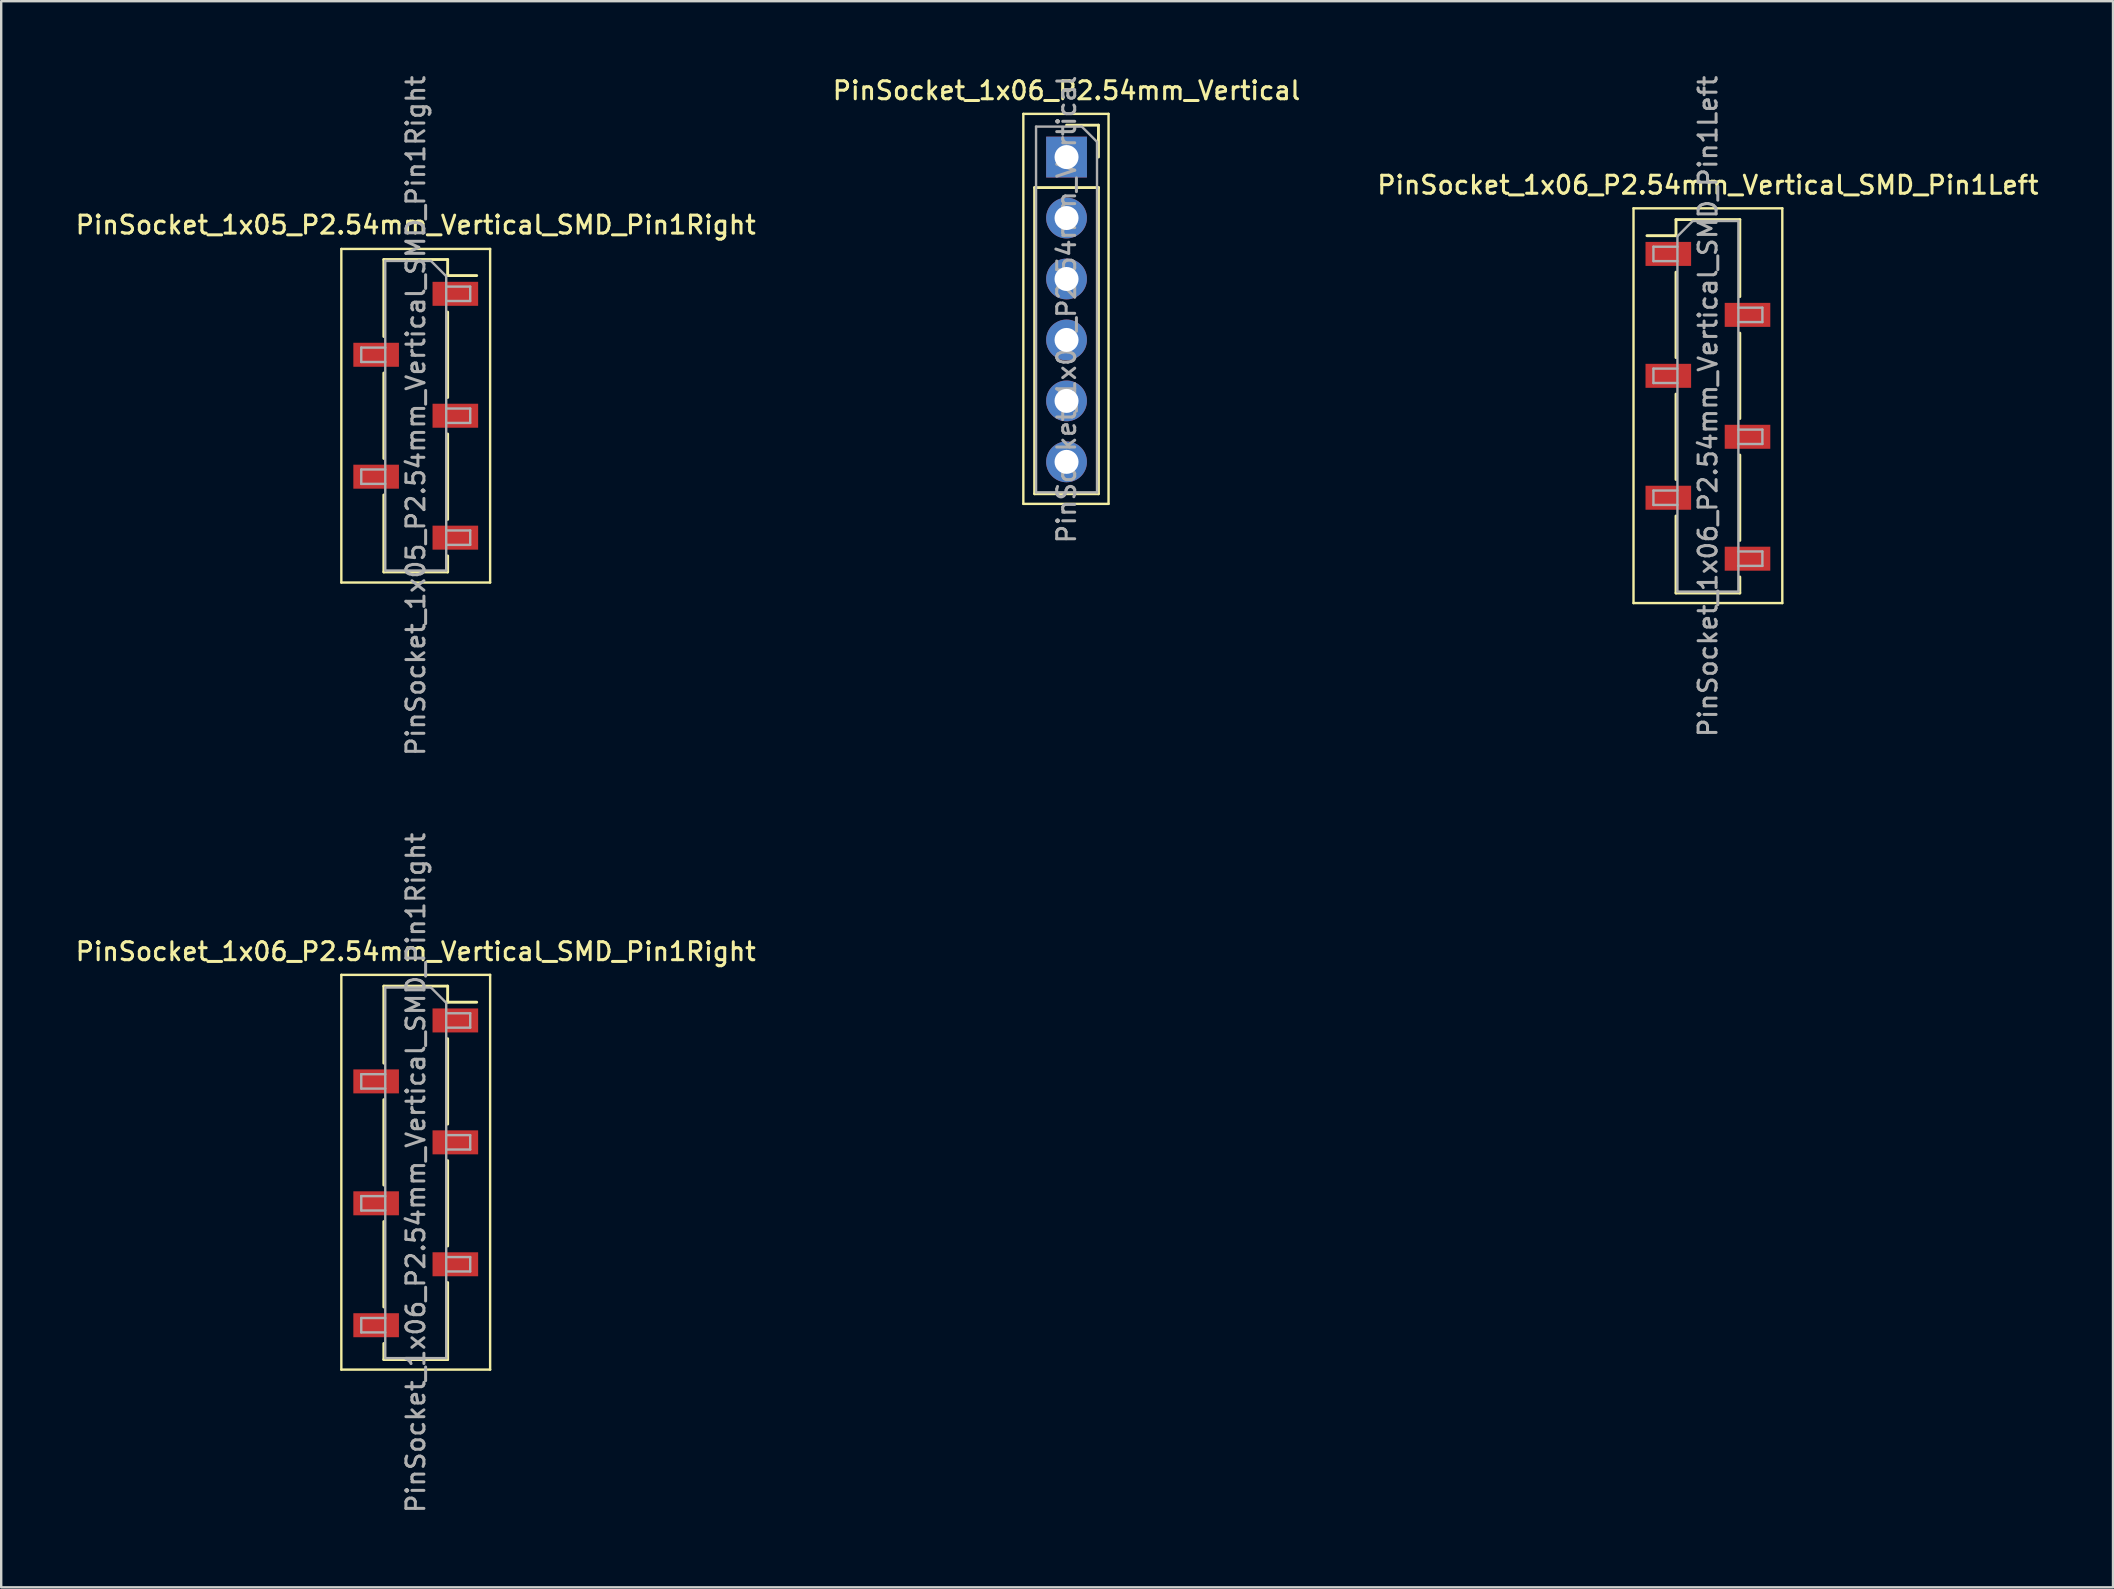
<source format=kicad_pcb>
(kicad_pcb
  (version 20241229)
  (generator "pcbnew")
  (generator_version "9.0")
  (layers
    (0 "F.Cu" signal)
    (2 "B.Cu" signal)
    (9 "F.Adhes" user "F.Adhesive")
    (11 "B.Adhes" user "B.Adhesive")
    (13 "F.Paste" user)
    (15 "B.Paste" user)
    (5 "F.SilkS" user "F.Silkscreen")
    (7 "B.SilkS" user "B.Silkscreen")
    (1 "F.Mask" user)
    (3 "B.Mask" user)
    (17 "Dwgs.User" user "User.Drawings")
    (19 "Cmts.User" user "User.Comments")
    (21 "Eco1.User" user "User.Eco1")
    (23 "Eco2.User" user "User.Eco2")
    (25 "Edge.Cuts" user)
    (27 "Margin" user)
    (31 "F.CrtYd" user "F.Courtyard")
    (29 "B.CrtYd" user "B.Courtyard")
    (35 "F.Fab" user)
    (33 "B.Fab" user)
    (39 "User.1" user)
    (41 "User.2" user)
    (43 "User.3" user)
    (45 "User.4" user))
  (footprint "PinSocket_1x05_P2.54mm_Vertical_SMD_Pin1Right"
    (layer "F.Cu")
    (at 14.273 14.273)
    (property "Reference" "PinSocket_1x05_P2.54mm_Vertical_SMD_Pin1Right" (at 0 -7.95 0) (layer "F.SilkS") (effects (font (size 0.75 0.75) (thickness 0.125))))
    (attr smd)
    (fp_line (start -3.1 -6.95) (end 3.1 -6.95) (stroke (width 0.1) (type solid)) (layer "F.SilkS"))
    (fp_line (start -3.1 6.95) (end -3.1 -6.95) (stroke (width 0.1) (type solid)) (layer "F.SilkS"))
    (fp_line (start -1.33 -6.51) (end -1.33 -3.3) (stroke (width 0.12) (type solid)) (layer "F.SilkS"))
    (fp_line (start -1.33 -6.51) (end 1.33 -6.51) (stroke (width 0.12) (type solid)) (layer "F.SilkS"))
    (fp_line (start -1.33 -1.78) (end -1.33 1.78) (stroke (width 0.12) (type solid)) (layer "F.SilkS"))
    (fp_line (start -1.33 3.3) (end -1.33 6.51) (stroke (width 0.12) (type solid)) (layer "F.SilkS"))
    (fp_line (start -1.33 6.51) (end 1.33 6.51) (stroke (width 0.12) (type solid)) (layer "F.SilkS"))
    (fp_line (start 1.33 -6.51) (end 1.33 -5.84) (stroke (width 0.12) (type solid)) (layer "F.SilkS"))
    (fp_line (start 1.33 -5.84) (end 2.54 -5.84) (stroke (width 0.12) (type solid)) (layer "F.SilkS"))
    (fp_line (start 1.33 -4.32) (end 1.33 -0.76) (stroke (width 0.12) (type solid)) (layer "F.SilkS"))
    (fp_line (start 1.33 0.76) (end 1.33 4.32) (stroke (width 0.12) (type solid)) (layer "F.SilkS"))
    (fp_line (start 1.33 5.84) (end 1.33 6.51) (stroke (width 0.12) (type solid)) (layer "F.SilkS"))
    (fp_line (start 3.1 -6.95) (end 3.1 6.95) (stroke (width 0.1) (type solid)) (layer "F.SilkS"))
    (fp_line (start 3.1 6.95) (end -3.1 6.95) (stroke (width 0.1) (type solid)) (layer "F.SilkS"))
    (fp_line (start -2.27 -2.84) (end -1.27 -2.84) (stroke (width 0.1) (type solid)) (layer "F.Fab"))
    (fp_line (start -2.27 -2.24) (end -2.27 -2.84) (stroke (width 0.1) (type solid)) (layer "F.Fab"))
    (fp_line (start -2.27 2.24) (end -1.27 2.24) (stroke (width 0.1) (type solid)) (layer "F.Fab"))
    (fp_line (start -2.27 2.84) (end -2.27 2.24) (stroke (width 0.1) (type solid)) (layer "F.Fab"))
    (fp_line (start -1.27 -6.45) (end 0.635 -6.45) (stroke (width 0.1) (type solid)) (layer "F.Fab"))
    (fp_line (start -1.27 -2.24) (end -2.27 -2.24) (stroke (width 0.1) (type solid)) (layer "F.Fab"))
    (fp_line (start -1.27 2.84) (end -2.27 2.84) (stroke (width 0.1) (type solid)) (layer "F.Fab"))
    (fp_line (start -1.27 6.45) (end -1.27 -6.45) (stroke (width 0.1) (type solid)) (layer "F.Fab"))
    (fp_line (start 0.635 -6.45) (end 1.27 -5.815) (stroke (width 0.1) (type solid)) (layer "F.Fab"))
    (fp_line (start 1.27 -5.815) (end 1.27 6.45) (stroke (width 0.1) (type solid)) (layer "F.Fab"))
    (fp_line (start 1.27 -5.38) (end 2.27 -5.38) (stroke (width 0.1) (type solid)) (layer "F.Fab"))
    (fp_line (start 1.27 -0.3) (end 2.27 -0.3) (stroke (width 0.1) (type solid)) (layer "F.Fab"))
    (fp_line (start 1.27 4.78) (end 2.27 4.78) (stroke (width 0.1) (type solid)) (layer "F.Fab"))
    (fp_line (start 1.27 6.45) (end -1.27 6.45) (stroke (width 0.1) (type solid)) (layer "F.Fab"))
    (fp_line (start 2.27 -5.38) (end 2.27 -4.78) (stroke (width 0.1) (type solid)) (layer "F.Fab"))
    (fp_line (start 2.27 -4.78) (end 1.27 -4.78) (stroke (width 0.1) (type solid)) (layer "F.Fab"))
    (fp_line (start 2.27 -0.3) (end 2.27 0.3) (stroke (width 0.1) (type solid)) (layer "F.Fab"))
    (fp_line (start 2.27 0.3) (end 1.27 0.3) (stroke (width 0.1) (type solid)) (layer "F.Fab"))
    (fp_line (start 2.27 4.78) (end 2.27 5.38) (stroke (width 0.1) (type solid)) (layer "F.Fab"))
    (fp_line (start 2.27 5.38) (end 1.27 5.38) (stroke (width 0.1) (type solid)) (layer "F.Fab"))
    (fp_text user "${REFERENCE}" (at 0 0 90) (layer "F.Fab") (effects (font (size 0.75 0.75) (thickness 0.125))))
    (pad "1" smd rect (at 1.65 -5.08) (size 1.9 1) (layers "F.Cu" "F.Mask" "F.Paste"))
    (pad "2" smd rect (at -1.65 -2.54) (size 1.9 1) (layers "F.Cu" "F.Mask" "F.Paste"))
    (pad "3" smd rect (at 1.65 0) (size 1.9 1) (layers "F.Cu" "F.Mask" "F.Paste"))
    (pad "4" smd rect (at -1.65 2.54) (size 1.9 1) (layers "F.Cu" "F.Mask" "F.Paste"))
    (pad "5" smd rect (at 1.65 5.08) (size 1.9 1) (layers "F.Cu" "F.Mask" "F.Paste")))
  (footprint "PinSocket_1x06_P2.54mm_Vertical_SMD_Pin1Left"
    (layer "F.Cu")
    (at 68.116 13.88)
    (property "Reference" "PinSocket_1x06_P2.54mm_Vertical_SMD_Pin1Left" (at 0 -9.22 0) (layer "F.SilkS") (effects (font (size 0.75 0.75) (thickness 0.125))))
    (attr smd)
    (fp_line (start -3.1 -8.25) (end 3.1 -8.25) (stroke (width 0.1) (type solid)) (layer "F.SilkS"))
    (fp_line (start -3.1 8.2) (end -3.1 -8.25) (stroke (width 0.1) (type solid)) (layer "F.SilkS"))
    (fp_line (start -2.54 -7.11) (end -1.33 -7.11) (stroke (width 0.12) (type solid)) (layer "F.SilkS"))
    (fp_line (start -1.33 -7.78) (end -1.33 -7.11) (stroke (width 0.12) (type solid)) (layer "F.SilkS"))
    (fp_line (start -1.33 -7.78) (end 1.33 -7.78) (stroke (width 0.12) (type solid)) (layer "F.SilkS"))
    (fp_line (start -1.33 -5.59) (end -1.33 -2.03) (stroke (width 0.12) (type solid)) (layer "F.SilkS"))
    (fp_line (start -1.33 -0.51) (end -1.33 3.05) (stroke (width 0.12) (type solid)) (layer "F.SilkS"))
    (fp_line (start -1.33 4.57) (end -1.33 7.78) (stroke (width 0.12) (type solid)) (layer "F.SilkS"))
    (fp_line (start -1.33 7.78) (end 1.33 7.78) (stroke (width 0.12) (type solid)) (layer "F.SilkS"))
    (fp_line (start 1.33 -7.78) (end 1.33 -4.57) (stroke (width 0.12) (type solid)) (layer "F.SilkS"))
    (fp_line (start 1.33 -3.05) (end 1.33 0.51) (stroke (width 0.12) (type solid)) (layer "F.SilkS"))
    (fp_line (start 1.33 2.03) (end 1.33 5.59) (stroke (width 0.12) (type solid)) (layer "F.SilkS"))
    (fp_line (start 1.33 7.11) (end 1.33 7.78) (stroke (width 0.12) (type solid)) (layer "F.SilkS"))
    (fp_line (start 3.1 -8.25) (end 3.1 8.2) (stroke (width 0.1) (type solid)) (layer "F.SilkS"))
    (fp_line (start 3.1 8.2) (end -3.1 8.2) (stroke (width 0.1) (type solid)) (layer "F.SilkS"))
    (fp_line (start -2.27 -6.65) (end -1.27 -6.65) (stroke (width 0.1) (type solid)) (layer "F.Fab"))
    (fp_line (start -2.27 -6.05) (end -2.27 -6.65) (stroke (width 0.1) (type solid)) (layer "F.Fab"))
    (fp_line (start -2.27 -1.57) (end -1.27 -1.57) (stroke (width 0.1) (type solid)) (layer "F.Fab"))
    (fp_line (start -2.27 -0.97) (end -2.27 -1.57) (stroke (width 0.1) (type solid)) (layer "F.Fab"))
    (fp_line (start -2.27 3.51) (end -1.27 3.51) (stroke (width 0.1) (type solid)) (layer "F.Fab"))
    (fp_line (start -2.27 4.11) (end -2.27 3.51) (stroke (width 0.1) (type solid)) (layer "F.Fab"))
    (fp_line (start -1.27 -7.085) (end -0.635 -7.72) (stroke (width 0.1) (type solid)) (layer "F.Fab"))
    (fp_line (start -1.27 -6.05) (end -2.27 -6.05) (stroke (width 0.1) (type solid)) (layer "F.Fab"))
    (fp_line (start -1.27 -0.97) (end -2.27 -0.97) (stroke (width 0.1) (type solid)) (layer "F.Fab"))
    (fp_line (start -1.27 4.11) (end -2.27 4.11) (stroke (width 0.1) (type solid)) (layer "F.Fab"))
    (fp_line (start -1.27 7.72) (end -1.27 -7.085) (stroke (width 0.1) (type solid)) (layer "F.Fab"))
    (fp_line (start -0.635 -7.72) (end 1.27 -7.72) (stroke (width 0.1) (type solid)) (layer "F.Fab"))
    (fp_line (start 1.27 -7.72) (end 1.27 7.72) (stroke (width 0.1) (type solid)) (layer "F.Fab"))
    (fp_line (start 1.27 -4.11) (end 2.27 -4.11) (stroke (width 0.1) (type solid)) (layer "F.Fab"))
    (fp_line (start 1.27 0.97) (end 2.27 0.97) (stroke (width 0.1) (type solid)) (layer "F.Fab"))
    (fp_line (start 1.27 6.05) (end 2.27 6.05) (stroke (width 0.1) (type solid)) (layer "F.Fab"))
    (fp_line (start 1.27 7.72) (end -1.27 7.72) (stroke (width 0.1) (type solid)) (layer "F.Fab"))
    (fp_line (start 2.27 -4.11) (end 2.27 -3.51) (stroke (width 0.1) (type solid)) (layer "F.Fab"))
    (fp_line (start 2.27 -3.51) (end 1.27 -3.51) (stroke (width 0.1) (type solid)) (layer "F.Fab"))
    (fp_line (start 2.27 0.97) (end 2.27 1.57) (stroke (width 0.1) (type solid)) (layer "F.Fab"))
    (fp_line (start 2.27 1.57) (end 1.27 1.57) (stroke (width 0.1) (type solid)) (layer "F.Fab"))
    (fp_line (start 2.27 6.05) (end 2.27 6.65) (stroke (width 0.1) (type solid)) (layer "F.Fab"))
    (fp_line (start 2.27 6.65) (end 1.27 6.65) (stroke (width 0.1) (type solid)) (layer "F.Fab"))
    (fp_text user "${REFERENCE}" (at 0 0 90) (layer "F.Fab") (effects (font (size 0.75 0.75) (thickness 0.125))))
    (pad "1" smd rect (at -1.65 -6.35) (size 1.9 1) (layers "F.Cu" "F.Mask" "F.Paste"))
    (pad "2" smd rect (at 1.65 -3.81) (size 1.9 1) (layers "F.Cu" "F.Mask" "F.Paste"))
    (pad "3" smd rect (at -1.65 -1.27) (size 1.9 1) (layers "F.Cu" "F.Mask" "F.Paste"))
    (pad "4" smd rect (at 1.65 1.27) (size 1.9 1) (layers "F.Cu" "F.Mask" "F.Paste"))
    (pad "5" smd rect (at -1.65 3.81) (size 1.9 1) (layers "F.Cu" "F.Mask" "F.Paste"))
    (pad "6" smd rect (at 1.65 6.35) (size 1.9 1) (layers "F.Cu" "F.Mask" "F.Paste")))
  (footprint "PinSocket_1x06_P2.54mm_Vertical_SMD_Pin1Right"
    (layer "F.Cu")
    (at 14.273 45.82)
    (property "Reference" "PinSocket_1x06_P2.54mm_Vertical_SMD_Pin1Right" (at 0 -9.22 0) (layer "F.SilkS") (effects (font (size 0.75 0.75) (thickness 0.125))))
    (attr smd)
    (fp_line (start -3.1 -8.25) (end 3.1 -8.25) (stroke (width 0.1) (type solid)) (layer "F.SilkS"))
    (fp_line (start -3.1 8.2) (end -3.1 -8.25) (stroke (width 0.1) (type solid)) (layer "F.SilkS"))
    (fp_line (start -1.33 -7.78) (end -1.33 -4.57) (stroke (width 0.12) (type solid)) (layer "F.SilkS"))
    (fp_line (start -1.33 -7.78) (end 1.33 -7.78) (stroke (width 0.12) (type solid)) (layer "F.SilkS"))
    (fp_line (start -1.33 -3.05) (end -1.33 0.51) (stroke (width 0.12) (type solid)) (layer "F.SilkS"))
    (fp_line (start -1.33 2.03) (end -1.33 5.59) (stroke (width 0.12) (type solid)) (layer "F.SilkS"))
    (fp_line (start -1.33 7.11) (end -1.33 7.78) (stroke (width 0.12) (type solid)) (layer "F.SilkS"))
    (fp_line (start -1.33 7.78) (end 1.33 7.78) (stroke (width 0.12) (type solid)) (layer "F.SilkS"))
    (fp_line (start 1.33 -7.78) (end 1.33 -7.11) (stroke (width 0.12) (type solid)) (layer "F.SilkS"))
    (fp_line (start 1.33 -7.11) (end 2.54 -7.11) (stroke (width 0.12) (type solid)) (layer "F.SilkS"))
    (fp_line (start 1.33 -5.59) (end 1.33 -2.03) (stroke (width 0.12) (type solid)) (layer "F.SilkS"))
    (fp_line (start 1.33 -0.51) (end 1.33 3.05) (stroke (width 0.12) (type solid)) (layer "F.SilkS"))
    (fp_line (start 1.33 4.57) (end 1.33 7.78) (stroke (width 0.12) (type solid)) (layer "F.SilkS"))
    (fp_line (start 3.1 -8.25) (end 3.1 8.2) (stroke (width 0.1) (type solid)) (layer "F.SilkS"))
    (fp_line (start 3.1 8.2) (end -3.1 8.2) (stroke (width 0.1) (type solid)) (layer "F.SilkS"))
    (fp_line (start -2.27 -4.11) (end -1.27 -4.11) (stroke (width 0.1) (type solid)) (layer "F.Fab"))
    (fp_line (start -2.27 -3.51) (end -2.27 -4.11) (stroke (width 0.1) (type solid)) (layer "F.Fab"))
    (fp_line (start -2.27 0.97) (end -1.27 0.97) (stroke (width 0.1) (type solid)) (layer "F.Fab"))
    (fp_line (start -2.27 1.57) (end -2.27 0.97) (stroke (width 0.1) (type solid)) (layer "F.Fab"))
    (fp_line (start -2.27 6.05) (end -1.27 6.05) (stroke (width 0.1) (type solid)) (layer "F.Fab"))
    (fp_line (start -2.27 6.65) (end -2.27 6.05) (stroke (width 0.1) (type solid)) (layer "F.Fab"))
    (fp_line (start -1.27 -7.72) (end 0.635 -7.72) (stroke (width 0.1) (type solid)) (layer "F.Fab"))
    (fp_line (start -1.27 -3.51) (end -2.27 -3.51) (stroke (width 0.1) (type solid)) (layer "F.Fab"))
    (fp_line (start -1.27 1.57) (end -2.27 1.57) (stroke (width 0.1) (type solid)) (layer "F.Fab"))
    (fp_line (start -1.27 6.65) (end -2.27 6.65) (stroke (width 0.1) (type solid)) (layer "F.Fab"))
    (fp_line (start -1.27 7.72) (end -1.27 -7.72) (stroke (width 0.1) (type solid)) (layer "F.Fab"))
    (fp_line (start 0.635 -7.72) (end 1.27 -7.085) (stroke (width 0.1) (type solid)) (layer "F.Fab"))
    (fp_line (start 1.27 -7.085) (end 1.27 7.72) (stroke (width 0.1) (type solid)) (layer "F.Fab"))
    (fp_line (start 1.27 -6.65) (end 2.27 -6.65) (stroke (width 0.1) (type solid)) (layer "F.Fab"))
    (fp_line (start 1.27 -1.57) (end 2.27 -1.57) (stroke (width 0.1) (type solid)) (layer "F.Fab"))
    (fp_line (start 1.27 3.51) (end 2.27 3.51) (stroke (width 0.1) (type solid)) (layer "F.Fab"))
    (fp_line (start 1.27 7.72) (end -1.27 7.72) (stroke (width 0.1) (type solid)) (layer "F.Fab"))
    (fp_line (start 2.27 -6.65) (end 2.27 -6.05) (stroke (width 0.1) (type solid)) (layer "F.Fab"))
    (fp_line (start 2.27 -6.05) (end 1.27 -6.05) (stroke (width 0.1) (type solid)) (layer "F.Fab"))
    (fp_line (start 2.27 -1.57) (end 2.27 -0.97) (stroke (width 0.1) (type solid)) (layer "F.Fab"))
    (fp_line (start 2.27 -0.97) (end 1.27 -0.97) (stroke (width 0.1) (type solid)) (layer "F.Fab"))
    (fp_line (start 2.27 3.51) (end 2.27 4.11) (stroke (width 0.1) (type solid)) (layer "F.Fab"))
    (fp_line (start 2.27 4.11) (end 1.27 4.11) (stroke (width 0.1) (type solid)) (layer "F.Fab"))
    (fp_text user "${REFERENCE}" (at 0 0 90) (layer "F.Fab") (effects (font (size 0.75 0.75) (thickness 0.125))))
    (pad "1" smd rect (at 1.65 -6.35) (size 1.9 1) (layers "F.Cu" "F.Mask" "F.Paste"))
    (pad "2" smd rect (at -1.65 -3.81) (size 1.9 1) (layers "F.Cu" "F.Mask" "F.Paste"))
    (pad "3" smd rect (at 1.65 -1.27) (size 1.9 1) (layers "F.Cu" "F.Mask" "F.Paste"))
    (pad "4" smd rect (at -1.65 1.27) (size 1.9 1) (layers "F.Cu" "F.Mask" "F.Paste"))
    (pad "5" smd rect (at 1.65 3.81) (size 1.9 1) (layers "F.Cu" "F.Mask" "F.Paste"))
    (pad "6" smd rect (at -1.65 6.35) (size 1.9 1) (layers "F.Cu" "F.Mask" "F.Paste")))
  (footprint "PinSocket_1x06_P2.54mm_Vertical"
    (layer "F.Cu")
    (at 41.391 3.495)
    (property "Reference" "PinSocket_1x06_P2.54mm_Vertical" (at 0 -2.77 0) (layer "F.SilkS") (effects (font (size 0.75 0.75) (thickness 0.125))))
    (attr through_hole)
    (fp_line (start -1.8 -1.8) (end 1.75 -1.8) (stroke (width 0.1) (type solid)) (layer "F.SilkS"))
    (fp_line (start -1.8 14.45) (end -1.8 -1.8) (stroke (width 0.1) (type solid)) (layer "F.SilkS"))
    (fp_line (start -1.33 1.27) (end -1.33 14.03) (stroke (width 0.12) (type solid)) (layer "F.SilkS"))
    (fp_line (start -1.33 1.27) (end 1.33 1.27) (stroke (width 0.12) (type solid)) (layer "F.SilkS"))
    (fp_line (start -1.33 14.03) (end 1.33 14.03) (stroke (width 0.12) (type solid)) (layer "F.SilkS"))
    (fp_line (start 0 -1.33) (end 1.33 -1.33) (stroke (width 0.12) (type solid)) (layer "F.SilkS"))
    (fp_line (start 1.33 -1.33) (end 1.33 0) (stroke (width 0.12) (type solid)) (layer "F.SilkS"))
    (fp_line (start 1.33 1.27) (end 1.33 14.03) (stroke (width 0.12) (type solid)) (layer "F.SilkS"))
    (fp_line (start 1.75 -1.8) (end 1.75 14.45) (stroke (width 0.1) (type solid)) (layer "F.SilkS"))
    (fp_line (start 1.75 14.45) (end -1.8 14.45) (stroke (width 0.1) (type solid)) (layer "F.SilkS"))
    (fp_line (start -1.27 -1.27) (end 0.635 -1.27) (stroke (width 0.1) (type solid)) (layer "F.Fab"))
    (fp_line (start -1.27 13.97) (end -1.27 -1.27) (stroke (width 0.1) (type solid)) (layer "F.Fab"))
    (fp_line (start 0.635 -1.27) (end 1.27 -0.635) (stroke (width 0.1) (type solid)) (layer "F.Fab"))
    (fp_line (start 1.27 -0.635) (end 1.27 13.97) (stroke (width 0.1) (type solid)) (layer "F.Fab"))
    (fp_line (start 1.27 13.97) (end -1.27 13.97) (stroke (width 0.1) (type solid)) (layer "F.Fab"))
    (fp_text user "${REFERENCE}" (at 0 6.35 90) (layer "F.Fab") (effects (font (size 0.75 0.75) (thickness 0.125))))
    (pad "1" thru_hole rect (at 0 0) (size 1.7 1.7) (drill 1) (layers "*.Cu" "*.Mask"))
    (pad "2" thru_hole oval (at 0 2.54) (size 1.7 1.7) (drill 1) (layers "*.Cu" "*.Mask"))
    (pad "3" thru_hole oval (at 0 5.08) (size 1.7 1.7) (drill 1) (layers "*.Cu" "*.Mask"))
    (pad "4" thru_hole oval (at 0 7.62) (size 1.7 1.7) (drill 1) (layers "*.Cu" "*.Mask"))
    (pad "5" thru_hole oval (at 0 10.16) (size 1.7 1.7) (drill 1) (layers "*.Cu" "*.Mask"))
    (pad "6" thru_hole oval (at 0 12.7) (size 1.7 1.7) (drill 1) (layers "*.Cu" "*.Mask")))
  (gr_rect
    (start -3 -3)
    (end 84.996 63.093)
    (stroke (width 0.1) (type default))
    (fill no)
    (layer "Edge.Cuts")))
</source>
